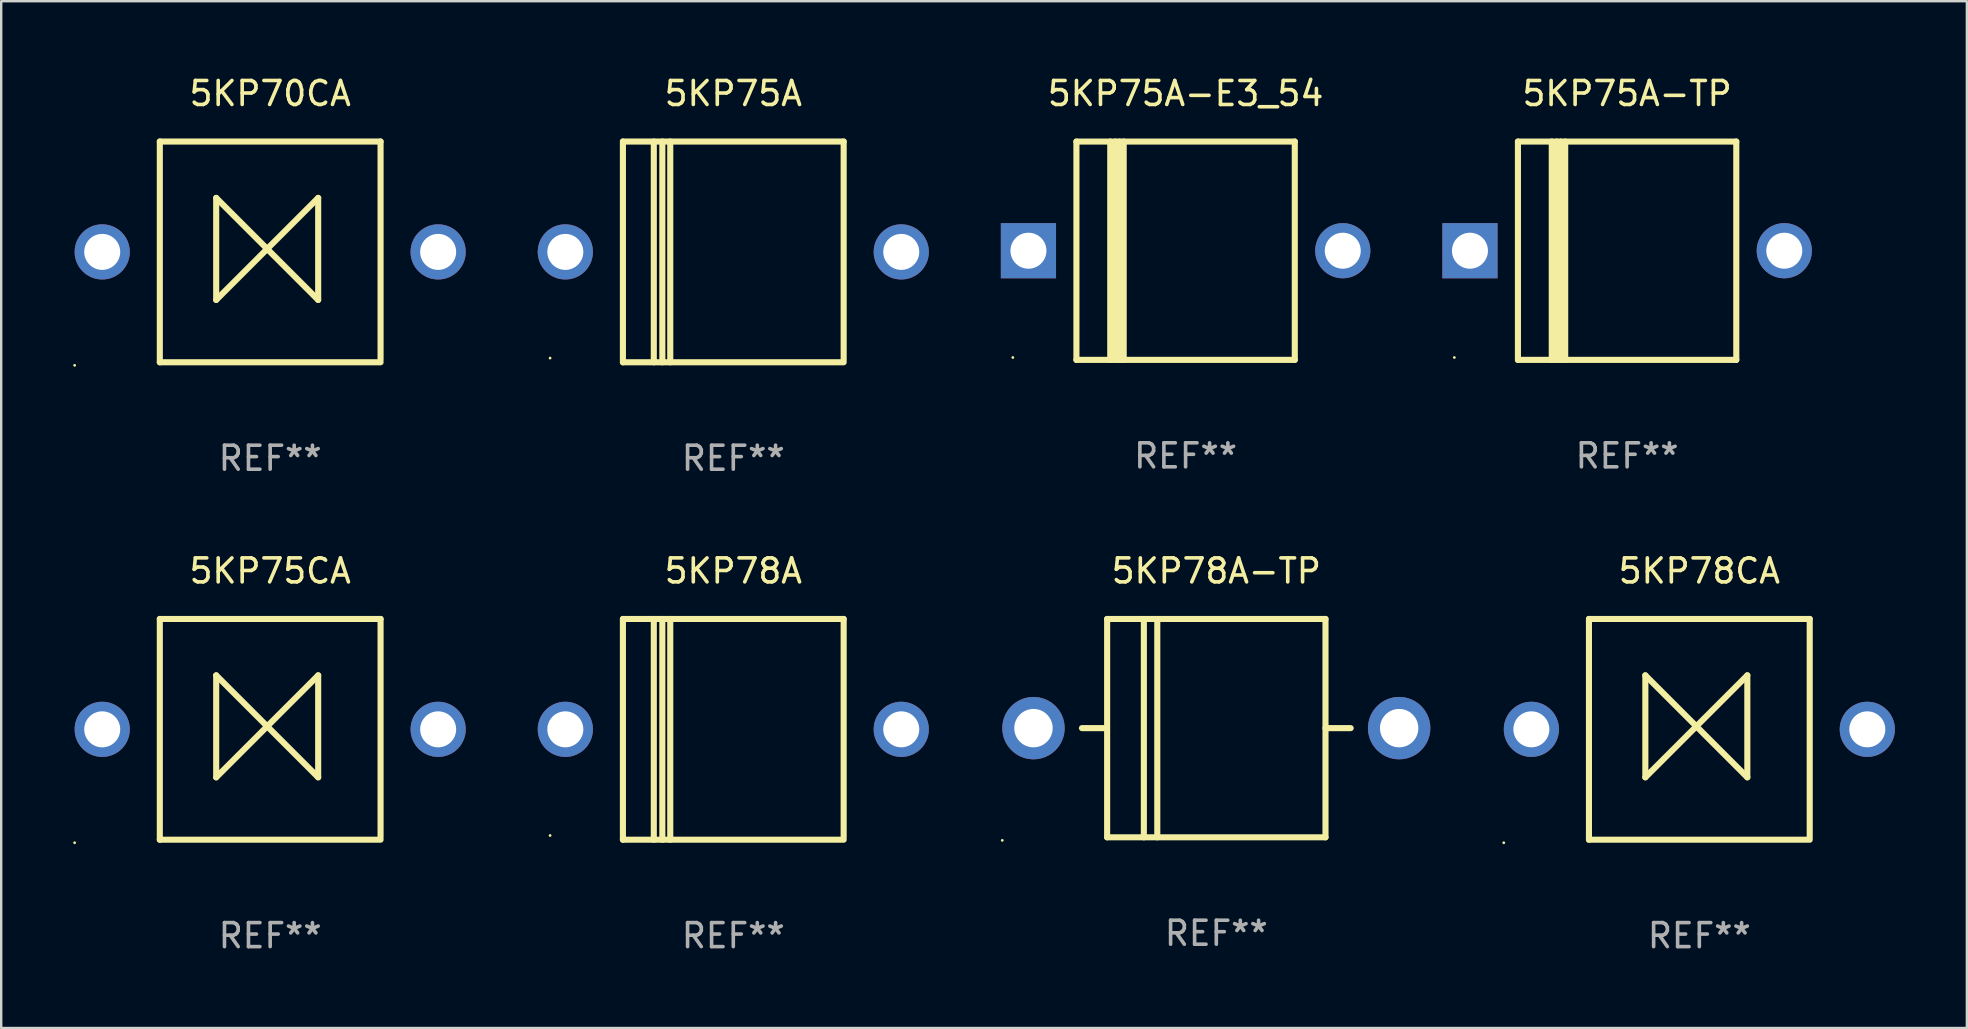
<source format=kicad_pcb>
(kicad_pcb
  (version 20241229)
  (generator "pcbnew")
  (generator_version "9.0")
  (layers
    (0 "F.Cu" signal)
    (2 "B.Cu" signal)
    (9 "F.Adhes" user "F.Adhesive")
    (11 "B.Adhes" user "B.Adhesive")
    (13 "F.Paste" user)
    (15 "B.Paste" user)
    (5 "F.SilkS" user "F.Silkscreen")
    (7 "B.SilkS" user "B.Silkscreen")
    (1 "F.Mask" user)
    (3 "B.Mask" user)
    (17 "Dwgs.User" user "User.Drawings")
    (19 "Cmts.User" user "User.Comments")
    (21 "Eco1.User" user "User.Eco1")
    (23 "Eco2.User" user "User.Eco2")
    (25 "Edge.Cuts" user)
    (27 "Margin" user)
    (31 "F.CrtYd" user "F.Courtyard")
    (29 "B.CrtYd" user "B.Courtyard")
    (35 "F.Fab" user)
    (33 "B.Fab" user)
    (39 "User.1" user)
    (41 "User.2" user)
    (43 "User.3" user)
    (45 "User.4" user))
  (footprint "5KP78A-TP"
    (layer "F.Cu")
    (at 47.64 27.295)
    (property "Reference" "5KP78A-TP" (at 0 -6.55 0) (layer "F.SilkS") (effects (font (size 1 1) (thickness 0.15))))
    (attr through_hole)
    (fp_line (start -4.58 0.000127) (end -5.6 0.000127) (stroke (width 0.254) (type solid)) (layer "F.SilkS"))
    (fp_line (start -4.55 -4.55) (end 4.55 -4.55) (stroke (width 0.254) (type solid)) (layer "F.SilkS"))
    (fp_line (start -4.55 -4.55) (end -4.55 4.55) (stroke (width 0.254) (type solid)) (layer "F.SilkS"))
    (fp_line (start -3.02 -4.55) (end -3.02 4.55) (stroke (width 0.254) (type solid)) (layer "F.SilkS"))
    (fp_line (start -2.46 -4.55) (end -2.46 4.55) (stroke (width 0.254) (type solid)) (layer "F.SilkS"))
    (fp_line (start 4.55 4.55) (end -4.55 4.55) (stroke (width 0.254) (type solid)) (layer "F.SilkS"))
    (fp_line (start 4.55 4.55) (end 4.55 -4.55) (stroke (width 0.254) (type solid)) (layer "F.SilkS"))
    (fp_line (start 5.6 0.000127) (end 4.55 0.000127) (stroke (width 0.254) (type solid)) (layer "F.SilkS"))
    (fp_circle (center -8.92 4.677) (end -8.89 4.677) (stroke (width 0.06) (type solid)) (fill no) (layer "F.SilkS"))
    (fp_text user "REF**" (at 0 8.55 0) (layer "F.Fab") (effects (font (size 1 1) (thickness 0.15))))
    (pad "1" thru_hole circle (at -7.62 0.000127) (size 2.6 2.6) (drill 1.6) (layers "*.Cu" "*.Mask"))
    (pad "2" thru_hole circle (at 7.62 0.000127) (size 2.6 2.6) (drill 1.6) (layers "*.Cu" "*.Mask")))
  (footprint "5KP75A"
    (layer "F.Cu")
    (at 27.51 7.448)
    (property "Reference" "5KP75A" (at 0 -6.6 0) (layer "F.SilkS") (effects (font (size 1 1) (thickness 0.15))))
    (attr through_hole)
    (fp_line (start -4.6 -4.6) (end -4.6 4.6) (stroke (width 0.254) (type solid)) (layer "F.SilkS"))
    (fp_line (start -4.6 -4.6) (end 4.6 -4.6) (stroke (width 0.254) (type solid)) (layer "F.SilkS"))
    (fp_line (start -4.6 4.6) (end 4.6 4.6) (stroke (width 0.254) (type solid)) (layer "F.SilkS"))
    (fp_line (start -3.313 -4.6) (end -3.313 4.6) (stroke (width 0.254) (type solid)) (layer "F.SilkS"))
    (fp_line (start -2.957 -4.6) (end -2.957 4.6) (stroke (width 0.254) (type solid)) (layer "F.SilkS"))
    (fp_line (start -2.627 -4.6) (end -2.627 4.6) (stroke (width 0.254) (type solid)) (layer "F.SilkS"))
    (fp_line (start 4.6 -4.6) (end 4.6 4.5) (stroke (width 0.254) (type solid)) (layer "F.SilkS"))
    (fp_circle (center -7.635 4.425) (end -7.605 4.425) (stroke (width 0.06) (type solid)) (fill no) (layer "F.SilkS"))
    (fp_text user "REF**" (at 0 8.6 0) (layer "F.Fab") (effects (font (size 1 1) (thickness 0.15))))
    (pad "1" thru_hole circle (at -7 0) (size 2.3 2.3) (drill 1.5) (layers "*.Cu" "*.Mask"))
    (pad "2" thru_hole circle (at 7 0) (size 2.3 2.3) (drill 1.5) (layers "*.Cu" "*.Mask")))
  (footprint "5KP75A-TP"
    (layer "F.Cu")
    (at 64.76 7.399)
    (property "Reference" "5KP75A-TP" (at 0 -6.551 0) (layer "F.SilkS") (effects (font (size 1 1) (thickness 0.15))))
    (attr through_hole)
    (fp_line (start -4.55 -4.55) (end -4.55 4.55) (stroke (width 0.254) (type solid)) (layer "F.SilkS"))
    (fp_line (start -4.55 -4.55) (end 4.55 -4.55) (stroke (width 0.254) (type solid)) (layer "F.SilkS"))
    (fp_line (start -3.14 4.55) (end -3.14 -4.551) (stroke (width 0.254) (type solid)) (layer "F.SilkS"))
    (fp_line (start -2.93 4.55) (end -2.93 -4.551) (stroke (width 0.254) (type solid)) (layer "F.SilkS"))
    (fp_line (start -2.759 4.551) (end -2.759 -4.55) (stroke (width 0.254) (type solid)) (layer "F.SilkS"))
    (fp_line (start -2.58 4.55) (end -2.58 -4.551) (stroke (width 0.254) (type solid)) (layer "F.SilkS"))
    (fp_line (start 4.55 4.55) (end 4.55 -4.55) (stroke (width 0.254) (type solid)) (layer "F.SilkS"))
    (fp_line (start 4.55 4.549) (end -4.55 4.549) (stroke (width 0.254) (type solid)) (layer "F.SilkS"))
    (fp_circle (center -7.2 4.45) (end -7.17 4.45) (stroke (width 0.06) (type solid)) (fill no) (layer "F.SilkS"))
    (fp_text user "REF**" (at 0 8.551 0) (layer "F.Fab") (effects (font (size 1 1) (thickness 0.15))))
    (pad "1" thru_hole rect (at -6.55 -0.000483 180) (size 2.3 2.3) (drill 1.5) (layers "*.Cu" "*.Mask"))
    (pad "2" thru_hole circle (at 6.55 -0.000483) (size 2.3 2.3) (drill 1.5) (layers "*.Cu" "*.Mask")))
  (footprint "5KP75A-E3_54"
    (layer "F.Cu")
    (at 46.36 7.399)
    (property "Reference" "5KP75A-E3_54" (at 0 -6.551 0) (layer "F.SilkS") (effects (font (size 1 1) (thickness 0.15))))
    (attr through_hole)
    (fp_line (start -4.55 -4.55) (end -4.55 4.55) (stroke (width 0.254) (type solid)) (layer "F.SilkS"))
    (fp_line (start -4.55 -4.55) (end 4.55 -4.55) (stroke (width 0.254) (type solid)) (layer "F.SilkS"))
    (fp_line (start -3.14 4.55) (end -3.14 -4.551) (stroke (width 0.254) (type solid)) (layer "F.SilkS"))
    (fp_line (start -2.93 4.55) (end -2.93 -4.551) (stroke (width 0.254) (type solid)) (layer "F.SilkS"))
    (fp_line (start -2.759 4.551) (end -2.759 -4.55) (stroke (width 0.254) (type solid)) (layer "F.SilkS"))
    (fp_line (start -2.58 4.55) (end -2.58 -4.551) (stroke (width 0.254) (type solid)) (layer "F.SilkS"))
    (fp_line (start 4.55 4.55) (end 4.55 -4.55) (stroke (width 0.254) (type solid)) (layer "F.SilkS"))
    (fp_line (start 4.55 4.549) (end -4.55 4.549) (stroke (width 0.254) (type solid)) (layer "F.SilkS"))
    (fp_circle (center -7.2 4.45) (end -7.17 4.45) (stroke (width 0.06) (type solid)) (fill no) (layer "F.SilkS"))
    (fp_text user "REF**" (at 0 8.551 0) (layer "F.Fab") (effects (font (size 1 1) (thickness 0.15))))
    (pad "1" thru_hole rect (at -6.55 -0.000483 180) (size 2.3 2.3) (drill 1.5) (layers "*.Cu" "*.Mask"))
    (pad "2" thru_hole circle (at 6.55 -0.000483) (size 2.3 2.3) (drill 1.5) (layers "*.Cu" "*.Mask")))
  (footprint "5KP70CA"
    (layer "F.Cu")
    (at 8.21 7.448)
    (property "Reference" "5KP70CA" (at 0 -6.6 0) (layer "F.SilkS") (effects (font (size 1 1) (thickness 0.15))))
    (attr through_hole)
    (fp_line (start -4.6 -4.6) (end -4.6 4.6) (stroke (width 0.254) (type solid)) (layer "F.SilkS"))
    (fp_line (start -4.6 -4.6) (end 4.6 -4.6) (stroke (width 0.254) (type solid)) (layer "F.SilkS"))
    (fp_line (start -4.6 4.6) (end 4.6 4.6) (stroke (width 0.254) (type solid)) (layer "F.SilkS"))
    (fp_line (start -2.25 -2.25) (end -2.25 2) (stroke (width 0.254) (type solid)) (layer "F.SilkS"))
    (fp_line (start -2.25 2) (end 2 -2.25) (stroke (width 0.254) (type solid)) (layer "F.SilkS"))
    (fp_line (start 2 -2.25) (end 2 2) (stroke (width 0.254) (type solid)) (layer "F.SilkS"))
    (fp_line (start 2 2) (end -2.25 -2.25) (stroke (width 0.254) (type solid)) (layer "F.SilkS"))
    (fp_line (start 4.6 -4.6) (end 4.6 4.5) (stroke (width 0.254) (type solid)) (layer "F.SilkS"))
    (fp_circle (center -8.15 4.727) (end -8.12 4.727) (stroke (width 0.06) (type solid)) (fill no) (layer "F.SilkS"))
    (fp_text user "REF**" (at 0 8.6 0) (layer "F.Fab") (effects (font (size 1 1) (thickness 0.15))))
    (pad "1" thru_hole circle (at -7 0) (size 2.3 2.3) (drill 1.5) (layers "*.Cu" "*.Mask"))
    (pad "2" thru_hole circle (at 7 0) (size 2.3 2.3) (drill 1.5) (layers "*.Cu" "*.Mask")))
  (footprint "5KP78A"
    (layer "F.Cu")
    (at 27.51 27.345)
    (property "Reference" "5KP78A" (at 0 -6.6 0) (layer "F.SilkS") (effects (font (size 1 1) (thickness 0.15))))
    (attr through_hole)
    (fp_line (start -4.6 -4.6) (end -4.6 4.6) (stroke (width 0.254) (type solid)) (layer "F.SilkS"))
    (fp_line (start -4.6 -4.6) (end 4.6 -4.6) (stroke (width 0.254) (type solid)) (layer "F.SilkS"))
    (fp_line (start -4.6 4.6) (end 4.6 4.6) (stroke (width 0.254) (type solid)) (layer "F.SilkS"))
    (fp_line (start -3.313 -4.6) (end -3.313 4.6) (stroke (width 0.254) (type solid)) (layer "F.SilkS"))
    (fp_line (start -2.957 -4.6) (end -2.957 4.6) (stroke (width 0.254) (type solid)) (layer "F.SilkS"))
    (fp_line (start -2.627 -4.6) (end -2.627 4.6) (stroke (width 0.254) (type solid)) (layer "F.SilkS"))
    (fp_line (start 4.6 -4.6) (end 4.6 4.5) (stroke (width 0.254) (type solid)) (layer "F.SilkS"))
    (fp_circle (center -7.635 4.425) (end -7.605 4.425) (stroke (width 0.06) (type solid)) (fill no) (layer "F.SilkS"))
    (fp_text user "REF**" (at 0 8.6 0) (layer "F.Fab") (effects (font (size 1 1) (thickness 0.15))))
    (pad "1" thru_hole circle (at -7 0) (size 2.3 2.3) (drill 1.5) (layers "*.Cu" "*.Mask"))
    (pad "2" thru_hole circle (at 7 0) (size 2.3 2.3) (drill 1.5) (layers "*.Cu" "*.Mask")))
  (footprint "5KP78CA"
    (layer "F.Cu")
    (at 67.77 27.345)
    (property "Reference" "5KP78CA" (at 0 -6.6 0) (layer "F.SilkS") (effects (font (size 1 1) (thickness 0.15))))
    (attr through_hole)
    (fp_line (start -4.6 -4.6) (end -4.6 4.6) (stroke (width 0.254) (type solid)) (layer "F.SilkS"))
    (fp_line (start -4.6 -4.6) (end 4.6 -4.6) (stroke (width 0.254) (type solid)) (layer "F.SilkS"))
    (fp_line (start -4.6 4.6) (end 4.6 4.6) (stroke (width 0.254) (type solid)) (layer "F.SilkS"))
    (fp_line (start -2.25 -2.25) (end -2.25 2) (stroke (width 0.254) (type solid)) (layer "F.SilkS"))
    (fp_line (start -2.25 2) (end 2 -2.25) (stroke (width 0.254) (type solid)) (layer "F.SilkS"))
    (fp_line (start 2 -2.25) (end 2 2) (stroke (width 0.254) (type solid)) (layer "F.SilkS"))
    (fp_line (start 2 2) (end -2.25 -2.25) (stroke (width 0.254) (type solid)) (layer "F.SilkS"))
    (fp_line (start 4.6 -4.6) (end 4.6 4.5) (stroke (width 0.254) (type solid)) (layer "F.SilkS"))
    (fp_circle (center -8.15 4.727) (end -8.12 4.727) (stroke (width 0.06) (type solid)) (fill no) (layer "F.SilkS"))
    (fp_text user "REF**" (at 0 8.6 0) (layer "F.Fab") (effects (font (size 1 1) (thickness 0.15))))
    (pad "1" thru_hole circle (at -7 0) (size 2.3 2.3) (drill 1.5) (layers "*.Cu" "*.Mask"))
    (pad "2" thru_hole circle (at 7 0) (size 2.3 2.3) (drill 1.5) (layers "*.Cu" "*.Mask")))
  (footprint "5KP75CA"
    (layer "F.Cu")
    (at 8.21 27.345)
    (property "Reference" "5KP75CA" (at 0 -6.6 0) (layer "F.SilkS") (effects (font (size 1 1) (thickness 0.15))))
    (attr through_hole)
    (fp_line (start -4.6 -4.6) (end -4.6 4.6) (stroke (width 0.254) (type solid)) (layer "F.SilkS"))
    (fp_line (start -4.6 -4.6) (end 4.6 -4.6) (stroke (width 0.254) (type solid)) (layer "F.SilkS"))
    (fp_line (start -4.6 4.6) (end 4.6 4.6) (stroke (width 0.254) (type solid)) (layer "F.SilkS"))
    (fp_line (start -2.25 -2.25) (end -2.25 2) (stroke (width 0.254) (type solid)) (layer "F.SilkS"))
    (fp_line (start -2.25 2) (end 2 -2.25) (stroke (width 0.254) (type solid)) (layer "F.SilkS"))
    (fp_line (start 2 -2.25) (end 2 2) (stroke (width 0.254) (type solid)) (layer "F.SilkS"))
    (fp_line (start 2 2) (end -2.25 -2.25) (stroke (width 0.254) (type solid)) (layer "F.SilkS"))
    (fp_line (start 4.6 -4.6) (end 4.6 4.5) (stroke (width 0.254) (type solid)) (layer "F.SilkS"))
    (fp_circle (center -8.15 4.727) (end -8.12 4.727) (stroke (width 0.06) (type solid)) (fill no) (layer "F.SilkS"))
    (fp_text user "REF**" (at 0 8.6 0) (layer "F.Fab") (effects (font (size 1 1) (thickness 0.15))))
    (pad "1" thru_hole circle (at -7 0) (size 2.3 2.3) (drill 1.5) (layers "*.Cu" "*.Mask"))
    (pad "2" thru_hole circle (at 7 0) (size 2.3 2.3) (drill 1.5) (layers "*.Cu" "*.Mask")))
  (gr_rect
    (start -3 -3)
    (end 78.92 39.793)
    (stroke (width 0.1) (type default))
    (fill no)
    (layer "Edge.Cuts")))
</source>
